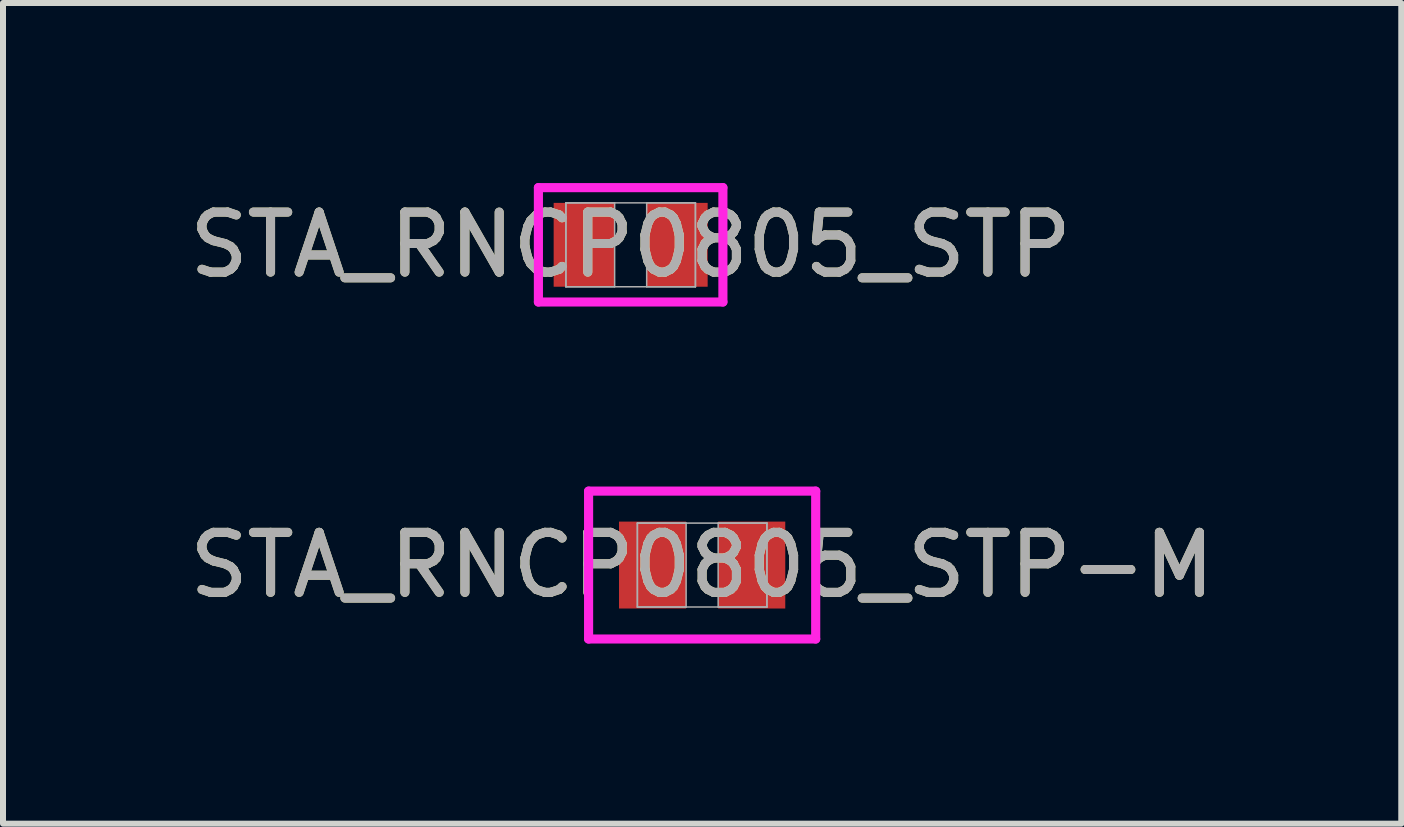
<source format=kicad_pcb>
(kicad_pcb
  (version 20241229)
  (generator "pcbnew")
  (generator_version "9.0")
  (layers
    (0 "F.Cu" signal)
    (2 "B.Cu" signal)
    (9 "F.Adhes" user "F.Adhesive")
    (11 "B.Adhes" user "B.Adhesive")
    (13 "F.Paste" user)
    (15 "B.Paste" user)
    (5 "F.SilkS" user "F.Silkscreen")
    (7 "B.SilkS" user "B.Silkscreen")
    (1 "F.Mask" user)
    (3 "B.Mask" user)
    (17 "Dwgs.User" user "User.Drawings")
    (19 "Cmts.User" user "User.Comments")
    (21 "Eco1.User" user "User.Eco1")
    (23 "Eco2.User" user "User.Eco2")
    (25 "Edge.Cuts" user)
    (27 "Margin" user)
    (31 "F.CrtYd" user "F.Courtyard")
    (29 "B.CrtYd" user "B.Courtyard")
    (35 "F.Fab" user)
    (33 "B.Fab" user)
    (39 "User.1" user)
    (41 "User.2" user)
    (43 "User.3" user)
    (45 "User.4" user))
  (footprint "STA_RNCP0805_STP"
    (layer "F.Cu")
    (at 7.458 1.029)
    (property "Reference" "STA_RNCP0805_STP" (at 0 0 0) (unlocked yes) (layer "F.SilkS") (effects (font (size 1 1) (thickness 0.15))))
    (attr smd)
    (fp_line (start -1.537 -0.953) (end 1.537 -0.953) (stroke (width 0.152) (type solid)) (layer "F.CrtYd"))
    (fp_line (start -1.537 0.953) (end -1.537 -0.953) (stroke (width 0.152) (type solid)) (layer "F.CrtYd"))
    (fp_line (start 1.537 -0.953) (end 1.537 0.953) (stroke (width 0.152) (type solid)) (layer "F.CrtYd"))
    (fp_line (start 1.537 0.953) (end -1.537 0.953) (stroke (width 0.152) (type solid)) (layer "F.CrtYd"))
    (fp_line (start -1.079 -0.699) (end -1.079 0.699) (stroke (width 0.025) (type solid)) (layer "F.Fab"))
    (fp_line (start -1.079 -0.699) (end -1.079 0.699) (stroke (width 0.025) (type solid)) (layer "F.Fab"))
    (fp_line (start -1.079 0.699) (end -0.267 0.699) (stroke (width 0.025) (type solid)) (layer "F.Fab"))
    (fp_line (start -1.079 0.699) (end 1.079 0.699) (stroke (width 0.025) (type solid)) (layer "F.Fab"))
    (fp_line (start -0.267 -0.699) (end -1.079 -0.699) (stroke (width 0.025) (type solid)) (layer "F.Fab"))
    (fp_line (start -0.267 0.699) (end -0.267 -0.699) (stroke (width 0.025) (type solid)) (layer "F.Fab"))
    (fp_line (start 0.267 -0.699) (end 0.267 0.699) (stroke (width 0.025) (type solid)) (layer "F.Fab"))
    (fp_line (start 0.267 0.699) (end 1.079 0.699) (stroke (width 0.025) (type solid)) (layer "F.Fab"))
    (fp_line (start 1.079 -0.699) (end -1.079 -0.699) (stroke (width 0.025) (type solid)) (layer "F.Fab"))
    (fp_line (start 1.079 -0.699) (end 0.267 -0.699) (stroke (width 0.025) (type solid)) (layer "F.Fab"))
    (fp_line (start 1.079 0.699) (end 1.079 -0.699) (stroke (width 0.025) (type solid)) (layer "F.Fab"))
    (fp_line (start 1.079 0.699) (end 1.079 -0.699) (stroke (width 0.025) (type solid)) (layer "F.Fab"))
    (fp_text user "${REFERENCE}" (at 0 0 0) (unlocked yes) (layer "F.Fab") (effects (font (size 1 1) (thickness 0.15))))
    (pad "1" smd rect (at -0.775 0) (size 1.016 1.397) (layers "F.Cu" "F.Mask" "F.Paste"))
    (pad "2" smd rect (at 0.775 0) (size 1.016 1.397) (layers "F.Cu" "F.Mask" "F.Paste"))
    (zone (net_name "") (layer "F.Cu") (hatch full 0.508) (connect_pads) (min_thickness 0.254) (filled_areas_thickness no) (keepout (tracks not_allowed) (vias not_allowed) (pads allowed) (copperpour not_allowed) (footprints allowed)) (placement (enabled no)) (fill) (polygon (pts (xy 7.242 0.381) (xy 7.674 0.381) (xy 7.674 1.676) (xy 7.242 1.676)))))
  (footprint "STA_RNCP0805_STP-M"
    (layer "F.Cu")
    (at 8.649 6.365)
    (property "Reference" "STA_RNCP0805_STP-M" (at 0 0 0) (unlocked yes) (layer "F.SilkS") (effects (font (size 1 1) (thickness 0.15))))
    (attr smd)
    (fp_line (start -1.892 -1.232) (end 1.892 -1.232) (stroke (width 0.152) (type solid)) (layer "F.CrtYd"))
    (fp_line (start -1.892 1.232) (end -1.892 -1.232) (stroke (width 0.152) (type solid)) (layer "F.CrtYd"))
    (fp_line (start 1.892 -1.232) (end 1.892 1.232) (stroke (width 0.152) (type solid)) (layer "F.CrtYd"))
    (fp_line (start 1.892 1.232) (end -1.892 1.232) (stroke (width 0.152) (type solid)) (layer "F.CrtYd"))
    (fp_line (start -1.079 -0.699) (end -1.079 0.699) (stroke (width 0.025) (type solid)) (layer "F.Fab"))
    (fp_line (start -1.079 -0.699) (end -1.079 0.699) (stroke (width 0.025) (type solid)) (layer "F.Fab"))
    (fp_line (start -1.079 0.699) (end -0.267 0.699) (stroke (width 0.025) (type solid)) (layer "F.Fab"))
    (fp_line (start -1.079 0.699) (end 1.079 0.699) (stroke (width 0.025) (type solid)) (layer "F.Fab"))
    (fp_line (start -0.267 -0.699) (end -1.079 -0.699) (stroke (width 0.025) (type solid)) (layer "F.Fab"))
    (fp_line (start -0.267 0.699) (end -0.267 -0.699) (stroke (width 0.025) (type solid)) (layer "F.Fab"))
    (fp_line (start 0.267 -0.699) (end 0.267 0.699) (stroke (width 0.025) (type solid)) (layer "F.Fab"))
    (fp_line (start 0.267 0.699) (end 1.079 0.699) (stroke (width 0.025) (type solid)) (layer "F.Fab"))
    (fp_line (start 1.079 -0.699) (end -1.079 -0.699) (stroke (width 0.025) (type solid)) (layer "F.Fab"))
    (fp_line (start 1.079 -0.699) (end 0.267 -0.699) (stroke (width 0.025) (type solid)) (layer "F.Fab"))
    (fp_line (start 1.079 0.699) (end 1.079 -0.699) (stroke (width 0.025) (type solid)) (layer "F.Fab"))
    (fp_line (start 1.079 0.699) (end 1.079 -0.699) (stroke (width 0.025) (type solid)) (layer "F.Fab"))
    (fp_text user "${REFERENCE}" (at 0 0 0) (unlocked yes) (layer "F.Fab") (effects (font (size 1 1) (thickness 0.15))))
    (pad "1" smd rect (at -0.826 0) (size 1.118 1.448) (layers "F.Cu" "F.Mask" "F.Paste"))
    (pad "2" smd rect (at 0.826 0) (size 1.118 1.448) (layers "F.Cu" "F.Mask" "F.Paste"))
    (zone (net_name "") (layer "F.Cu") (hatch full 0.508) (connect_pads) (min_thickness 0.254) (filled_areas_thickness no) (keepout (tracks not_allowed) (vias not_allowed) (pads allowed) (copperpour not_allowed) (footprints allowed)) (placement (enabled no)) (fill) (polygon (pts (xy 8.433 5.718) (xy 8.865 5.718) (xy 8.865 7.013) (xy 8.433 7.013)))))
  (gr_rect
    (start -3 -3)
    (end 20.298 10.674)
    (stroke (width 0.1) (type default))
    (fill no)
    (layer "Edge.Cuts")))
</source>
